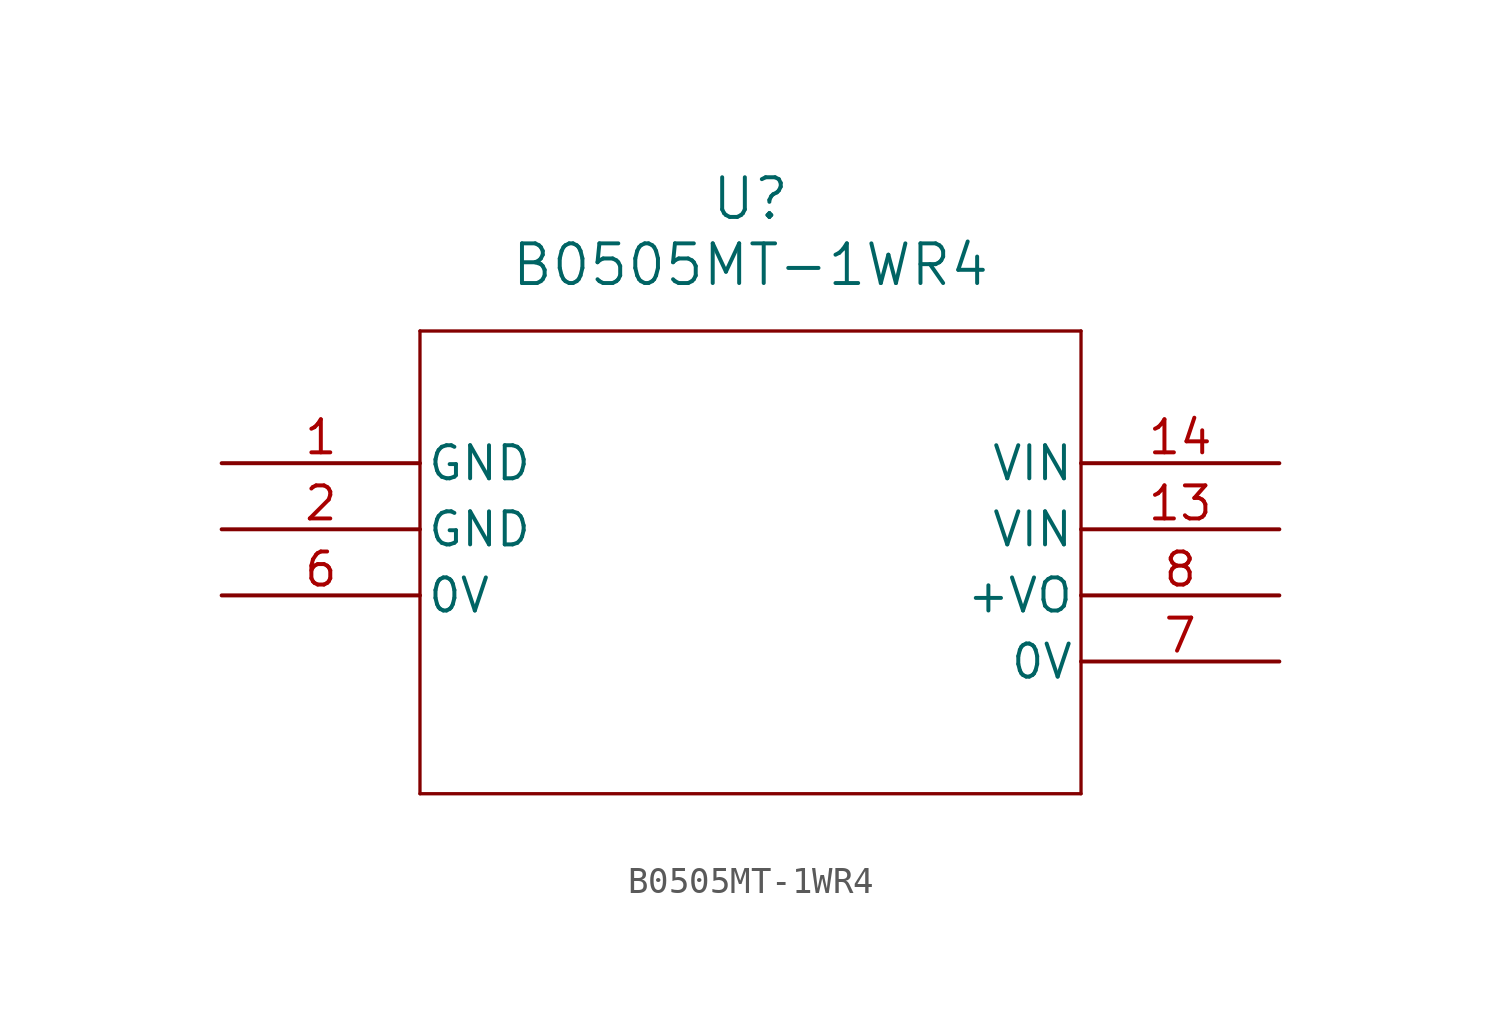
<source format=kicad_sym>
(kicad_symbol_lib
  (version 20211014)
  (generator kicad_symbol_editor)
  (symbol "B0505MT-1WR4"
    (pin_names
      (offset 0.254))
    (property "Reference" "U"
      (at 20.32 10.16 0)
      (effects (font (size 1.524 1.524))))
    (property "Value" "B0505MT-1WR4"
      (at 20.32 7.62 0)
      (effects (font (size 1.524 1.524))))
    (symbol "B0505MT-1WR4_0_1"
      (polyline (pts (xy 7.62 5.08) (xy 7.62 -12.7)) (stroke (width 0.127) (type default) (color 0 0 0 0)) (fill (type none)))
      (polyline (pts (xy 7.62 -12.7) (xy 33.02 -12.7)) (stroke (width 0.127) (type default) (color 0 0 0 0)) (fill (type none)))
      (polyline (pts (xy 33.02 -12.7) (xy 33.02 5.08)) (stroke (width 0.127) (type default) (color 0 0 0 0)) (fill (type none)))
      (polyline (pts (xy 33.02 5.08) (xy 7.62 5.08)) (stroke (width 0.127) (type default) (color 0 0 0 0)) (fill (type none)))
      (pin power_out line (at 0 0 0) (length 7.62) (name "GND" (effects (font (size 1.27 1.27)))) (number "1" (effects (font (size 1.27 1.27)))))
      (pin power_out line (at 0 -2.54 0) (length 7.62) (name "GND" (effects (font (size 1.27 1.27)))) (number "2" (effects (font (size 1.27 1.27)))))
      (pin bidirectional line (at 0 -5.08 0) (length 7.62) (name "0V" (effects (font (size 1.27 1.27)))) (number "6" (effects (font (size 1.27 1.27)))))
      (pin bidirectional line (at 40.64 -7.62 180) (length 7.62) (name "0V" (effects (font (size 1.27 1.27)))) (number "7" (effects (font (size 1.27 1.27)))))
      (pin power_in line (at 40.64 -5.08 180) (length 7.62) (name "+VO" (effects (font (size 1.27 1.27)))) (number "8" (effects (font (size 1.27 1.27)))))
      (pin power_in line (at 40.64 -2.54 180) (length 7.62) (name "VIN" (effects (font (size 1.27 1.27)))) (number "13" (effects (font (size 1.27 1.27)))))
      (pin power_in line (at 40.64 0 180) (length 7.62) (name "VIN" (effects (font (size 1.27 1.27)))) (number "14" (effects (font (size 1.27 1.27))))))))
</source>
